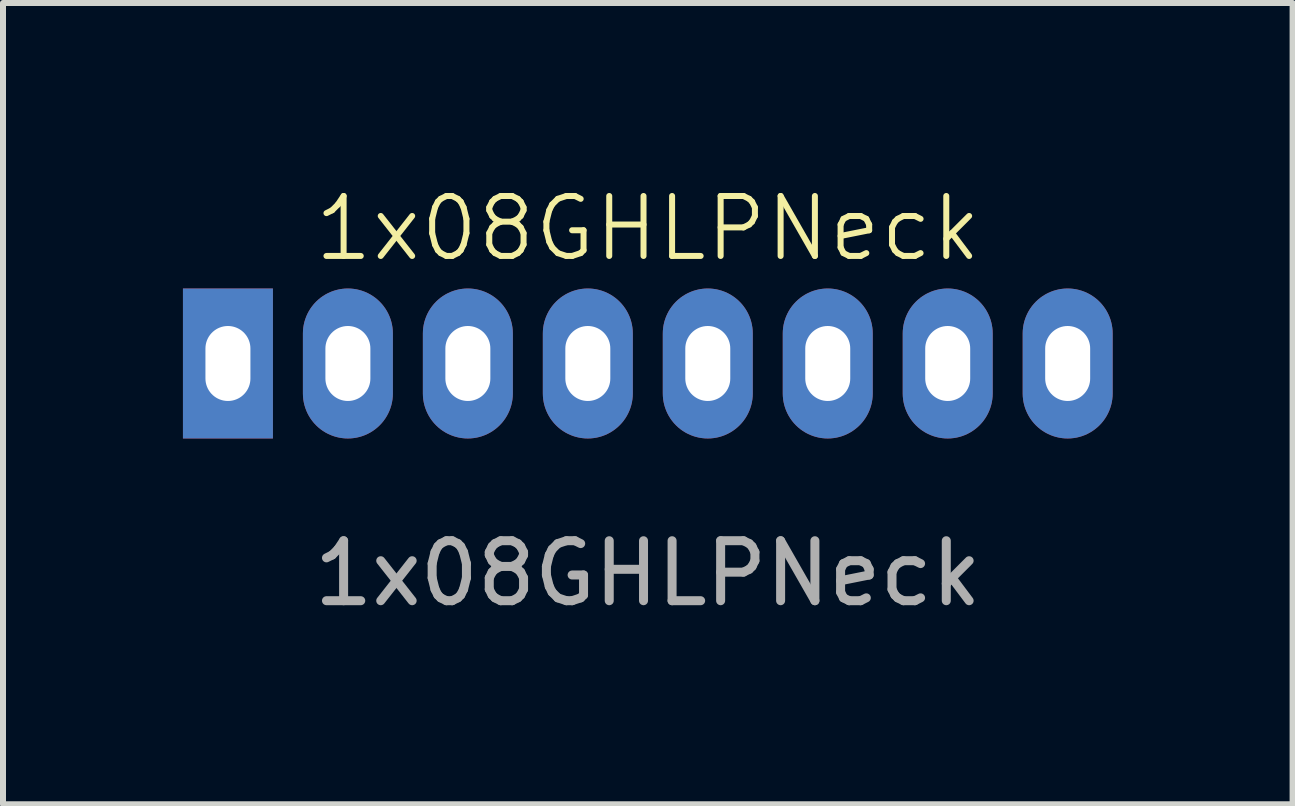
<source format=kicad_pcb>
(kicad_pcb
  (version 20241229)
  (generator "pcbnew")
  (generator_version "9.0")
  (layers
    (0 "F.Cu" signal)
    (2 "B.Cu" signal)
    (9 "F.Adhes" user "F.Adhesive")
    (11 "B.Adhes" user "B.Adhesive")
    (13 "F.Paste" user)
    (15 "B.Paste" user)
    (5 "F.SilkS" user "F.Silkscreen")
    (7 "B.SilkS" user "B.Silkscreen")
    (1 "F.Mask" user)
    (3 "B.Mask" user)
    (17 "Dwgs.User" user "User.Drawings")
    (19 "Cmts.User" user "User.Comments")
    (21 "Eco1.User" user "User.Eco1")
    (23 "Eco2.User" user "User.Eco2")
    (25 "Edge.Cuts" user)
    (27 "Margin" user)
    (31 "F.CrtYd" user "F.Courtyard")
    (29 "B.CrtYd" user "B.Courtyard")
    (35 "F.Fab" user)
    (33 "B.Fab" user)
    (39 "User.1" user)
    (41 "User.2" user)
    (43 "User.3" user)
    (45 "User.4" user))
  (footprint "1x08GHLPNeck"
    (layer "F.Cu")
    (at 7.75 3.01)
    (property "Reference" "1x08GHLPNeck" (at 0 -2.25 0) (unlocked yes) (layer "F.SilkS") (effects (font (size 1 1) (thickness 0.1))))
    (attr through_hole)
    (fp_text user "${REFERENCE}" (at 0 3.5 0) (unlocked yes) (layer "F.Fab") (effects (font (size 1 1) (thickness 0.15))))
    (pad "1" thru_hole oval (at 7 0) (size 1.5 2.5) (drill oval 0.75 1.25) (layers "*.Cu" "*.Mask"))
    (pad "2" thru_hole oval (at 5 0) (size 1.5 2.5) (drill oval 0.75 1.25) (layers "*.Cu" "*.Mask"))
    (pad "3" thru_hole oval (at 3 0) (size 1.5 2.5) (drill oval 0.75 1.25) (layers "*.Cu" "*.Mask"))
    (pad "4" thru_hole oval (at 1 0) (size 1.5 2.5) (drill oval 0.75 1.25) (layers "*.Cu" "*.Mask"))
    (pad "5" thru_hole oval (at -1 0) (size 1.5 2.5) (drill oval 0.75 1.25) (layers "*.Cu" "*.Mask"))
    (pad "6" thru_hole oval (at -3 0) (size 1.5 2.5) (drill oval 0.75 1.25) (layers "*.Cu" "*.Mask"))
    (pad "7" thru_hole oval (at -5 0) (size 1.5 2.5) (drill oval 0.75 1.25) (layers "*.Cu" "*.Mask"))
    (pad "8" thru_hole rect (at -7 0) (size 1.5 2.5) (drill oval 0.75 1.25) (layers "*.Cu" "*.Mask")))
  (gr_rect
    (start -3 -3)
    (end 18.5 10.359)
    (stroke (width 0.1) (type default))
    (fill no)
    (layer "Edge.Cuts")))
</source>
